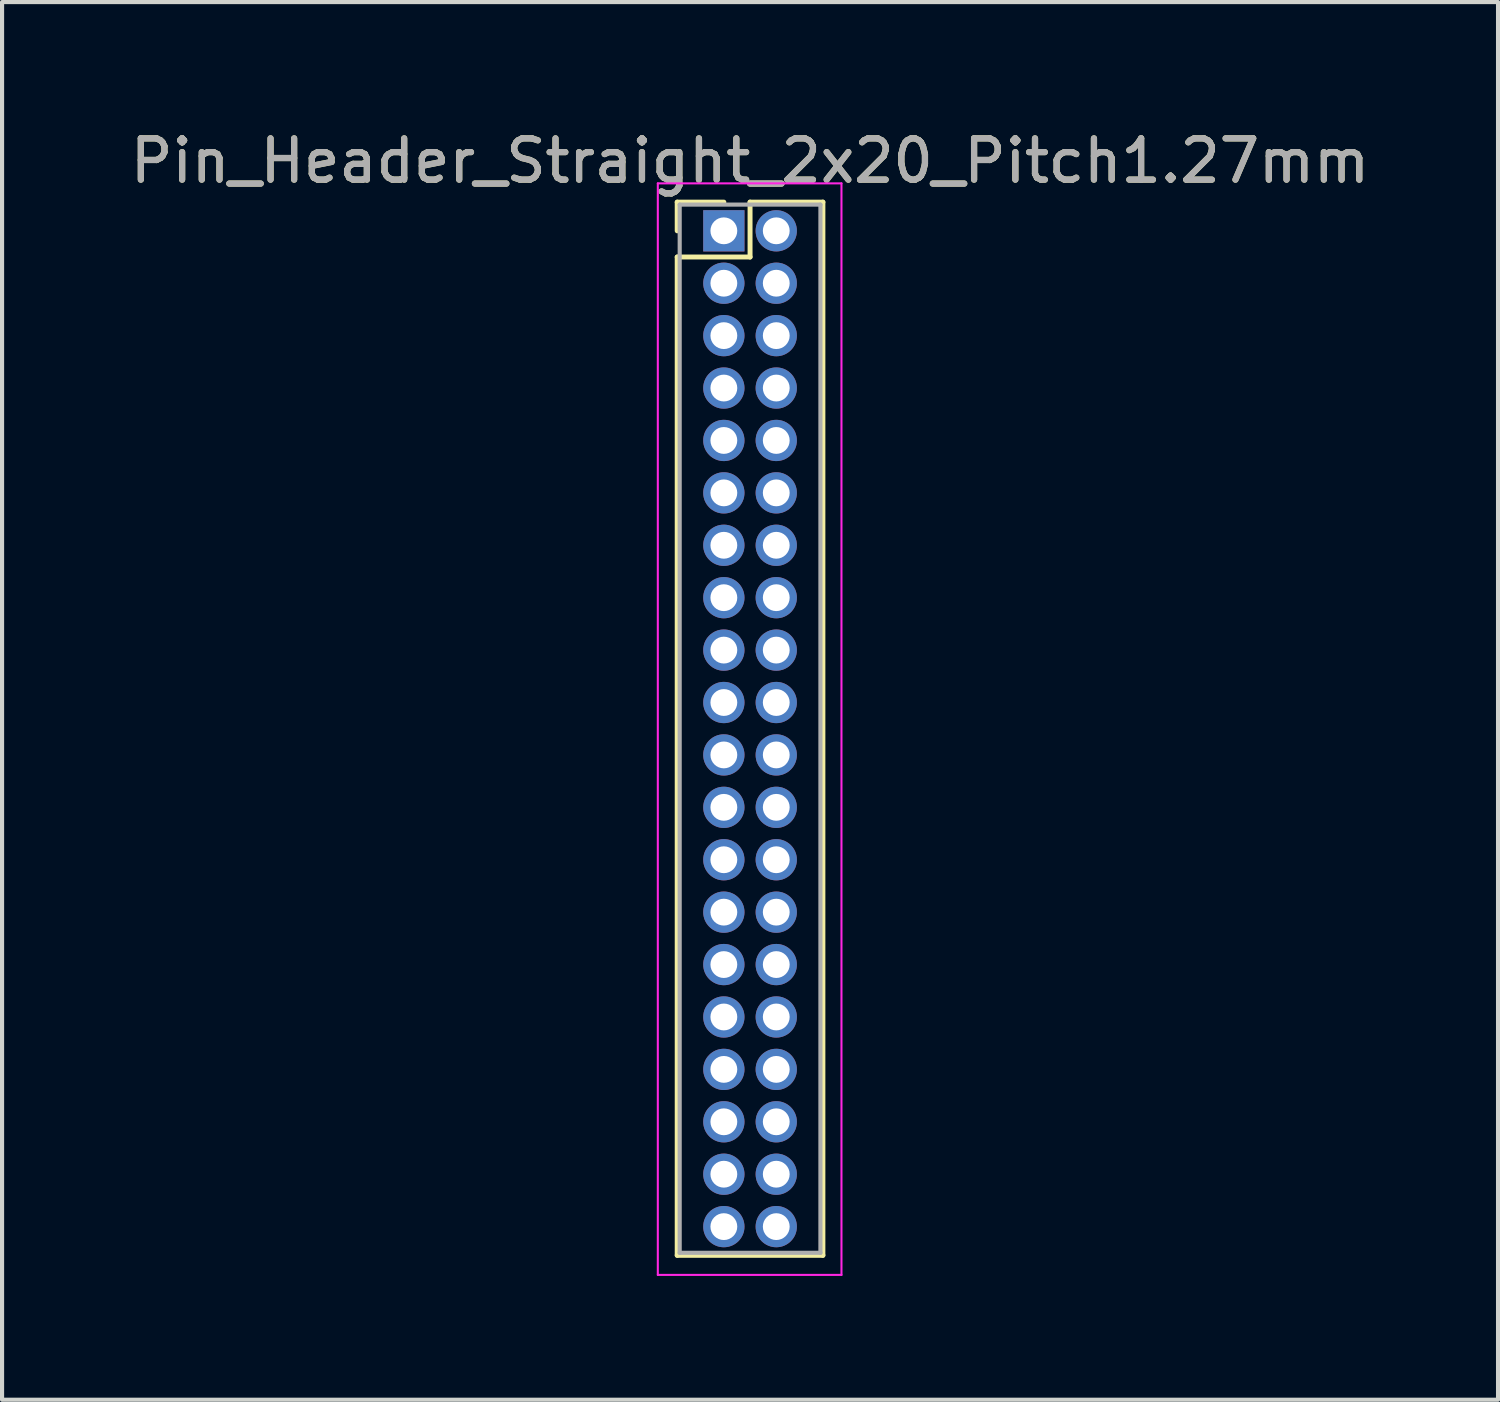
<source format=kicad_pcb>
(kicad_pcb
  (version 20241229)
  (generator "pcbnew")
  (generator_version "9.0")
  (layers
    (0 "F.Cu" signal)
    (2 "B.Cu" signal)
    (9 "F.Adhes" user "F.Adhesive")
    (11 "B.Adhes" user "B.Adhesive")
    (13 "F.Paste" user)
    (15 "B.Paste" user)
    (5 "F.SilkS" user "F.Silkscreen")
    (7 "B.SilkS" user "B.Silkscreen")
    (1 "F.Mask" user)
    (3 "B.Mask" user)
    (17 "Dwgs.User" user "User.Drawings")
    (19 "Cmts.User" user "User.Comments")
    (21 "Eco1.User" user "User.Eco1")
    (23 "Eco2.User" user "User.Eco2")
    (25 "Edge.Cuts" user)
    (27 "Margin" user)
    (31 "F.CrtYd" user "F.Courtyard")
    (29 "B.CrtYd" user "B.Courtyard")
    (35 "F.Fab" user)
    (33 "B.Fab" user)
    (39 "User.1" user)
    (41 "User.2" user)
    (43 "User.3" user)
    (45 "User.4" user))
  (footprint "Pin_Header_Straight_2x20_Pitch1.27mm"
    (layer "F.Cu")
    (at 14.49 2.543)
    (property "Reference" "Pin_Header_Straight_2x20_Pitch1.27mm" (at 0.635 -1.695 0) (layer "F.SilkS") (effects (font (size 1 1) (thickness 0.15))))
    (attr through_hole)
    (fp_line (start -1.13 -0.695) (end 0 -0.695) (stroke (width 0.12) (type solid)) (layer "F.SilkS"))
    (fp_line (start -1.13 0) (end -1.13 -0.695) (stroke (width 0.12) (type solid)) (layer "F.SilkS"))
    (fp_line (start -1.13 0.635) (end -1.13 24.825) (stroke (width 0.12) (type solid)) (layer "F.SilkS"))
    (fp_line (start -1.13 24.825) (end 2.4 24.825) (stroke (width 0.12) (type solid)) (layer "F.SilkS"))
    (fp_line (start 0.635 -0.695) (end 0.635 0.635) (stroke (width 0.12) (type solid)) (layer "F.SilkS"))
    (fp_line (start 0.635 0.635) (end -1.13 0.635) (stroke (width 0.12) (type solid)) (layer "F.SilkS"))
    (fp_line (start 2.4 -0.695) (end 0.635 -0.695) (stroke (width 0.12) (type solid)) (layer "F.SilkS"))
    (fp_line (start 2.4 24.825) (end 2.4 -0.695) (stroke (width 0.12) (type solid)) (layer "F.SilkS"))
    (fp_line (start -1.6 -1.15) (end -1.6 25.3) (stroke (width 0.05) (type solid)) (layer "F.CrtYd"))
    (fp_line (start -1.6 25.3) (end 2.85 25.3) (stroke (width 0.05) (type solid)) (layer "F.CrtYd"))
    (fp_line (start 2.85 -1.15) (end -1.6 -1.15) (stroke (width 0.05) (type solid)) (layer "F.CrtYd"))
    (fp_line (start 2.85 25.3) (end 2.85 -1.15) (stroke (width 0.05) (type solid)) (layer "F.CrtYd"))
    (fp_line (start -1.07 -0.635) (end -1.07 24.765) (stroke (width 0.1) (type solid)) (layer "F.Fab"))
    (fp_line (start -1.07 24.765) (end 2.34 24.765) (stroke (width 0.1) (type solid)) (layer "F.Fab"))
    (fp_line (start 2.34 -0.635) (end -1.07 -0.635) (stroke (width 0.1) (type solid)) (layer "F.Fab"))
    (fp_line (start 2.34 24.765) (end 2.34 -0.635) (stroke (width 0.1) (type solid)) (layer "F.Fab"))
    (fp_text user "${REFERENCE}" (at 0.635 -1.695 0) (layer "F.Fab") (effects (font (size 1 1) (thickness 0.15))))
    (pad "1" thru_hole rect (at 0 0) (size 1 1) (drill 0.65) (layers "*.Cu" "*.Mask"))
    (pad "2" thru_hole oval (at 1.27 0) (size 1 1) (drill 0.65) (layers "*.Cu" "*.Mask"))
    (pad "3" thru_hole oval (at 0 1.27) (size 1 1) (drill 0.65) (layers "*.Cu" "*.Mask"))
    (pad "4" thru_hole oval (at 1.27 1.27) (size 1 1) (drill 0.65) (layers "*.Cu" "*.Mask"))
    (pad "5" thru_hole oval (at 0 2.54) (size 1 1) (drill 0.65) (layers "*.Cu" "*.Mask"))
    (pad "6" thru_hole oval (at 1.27 2.54) (size 1 1) (drill 0.65) (layers "*.Cu" "*.Mask"))
    (pad "7" thru_hole oval (at 0 3.81) (size 1 1) (drill 0.65) (layers "*.Cu" "*.Mask"))
    (pad "8" thru_hole oval (at 1.27 3.81) (size 1 1) (drill 0.65) (layers "*.Cu" "*.Mask"))
    (pad "9" thru_hole oval (at 0 5.08) (size 1 1) (drill 0.65) (layers "*.Cu" "*.Mask"))
    (pad "10" thru_hole oval (at 1.27 5.08) (size 1 1) (drill 0.65) (layers "*.Cu" "*.Mask"))
    (pad "11" thru_hole oval (at 0 6.35) (size 1 1) (drill 0.65) (layers "*.Cu" "*.Mask"))
    (pad "12" thru_hole oval (at 1.27 6.35) (size 1 1) (drill 0.65) (layers "*.Cu" "*.Mask"))
    (pad "13" thru_hole oval (at 0 7.62) (size 1 1) (drill 0.65) (layers "*.Cu" "*.Mask"))
    (pad "14" thru_hole oval (at 1.27 7.62) (size 1 1) (drill 0.65) (layers "*.Cu" "*.Mask"))
    (pad "15" thru_hole oval (at 0 8.89) (size 1 1) (drill 0.65) (layers "*.Cu" "*.Mask"))
    (pad "16" thru_hole oval (at 1.27 8.89) (size 1 1) (drill 0.65) (layers "*.Cu" "*.Mask"))
    (pad "17" thru_hole oval (at 0 10.16) (size 1 1) (drill 0.65) (layers "*.Cu" "*.Mask"))
    (pad "18" thru_hole oval (at 1.27 10.16) (size 1 1) (drill 0.65) (layers "*.Cu" "*.Mask"))
    (pad "19" thru_hole oval (at 0 11.43) (size 1 1) (drill 0.65) (layers "*.Cu" "*.Mask"))
    (pad "20" thru_hole oval (at 1.27 11.43) (size 1 1) (drill 0.65) (layers "*.Cu" "*.Mask"))
    (pad "21" thru_hole oval (at 0 12.7) (size 1 1) (drill 0.65) (layers "*.Cu" "*.Mask"))
    (pad "22" thru_hole oval (at 1.27 12.7) (size 1 1) (drill 0.65) (layers "*.Cu" "*.Mask"))
    (pad "23" thru_hole oval (at 0 13.97) (size 1 1) (drill 0.65) (layers "*.Cu" "*.Mask"))
    (pad "24" thru_hole oval (at 1.27 13.97) (size 1 1) (drill 0.65) (layers "*.Cu" "*.Mask"))
    (pad "25" thru_hole oval (at 0 15.24) (size 1 1) (drill 0.65) (layers "*.Cu" "*.Mask"))
    (pad "26" thru_hole oval (at 1.27 15.24) (size 1 1) (drill 0.65) (layers "*.Cu" "*.Mask"))
    (pad "27" thru_hole oval (at 0 16.51) (size 1 1) (drill 0.65) (layers "*.Cu" "*.Mask"))
    (pad "28" thru_hole oval (at 1.27 16.51) (size 1 1) (drill 0.65) (layers "*.Cu" "*.Mask"))
    (pad "29" thru_hole oval (at 0 17.78) (size 1 1) (drill 0.65) (layers "*.Cu" "*.Mask"))
    (pad "30" thru_hole oval (at 1.27 17.78) (size 1 1) (drill 0.65) (layers "*.Cu" "*.Mask"))
    (pad "31" thru_hole oval (at 0 19.05) (size 1 1) (drill 0.65) (layers "*.Cu" "*.Mask"))
    (pad "32" thru_hole oval (at 1.27 19.05) (size 1 1) (drill 0.65) (layers "*.Cu" "*.Mask"))
    (pad "33" thru_hole oval (at 0 20.32) (size 1 1) (drill 0.65) (layers "*.Cu" "*.Mask"))
    (pad "34" thru_hole oval (at 1.27 20.32) (size 1 1) (drill 0.65) (layers "*.Cu" "*.Mask"))
    (pad "35" thru_hole oval (at 0 21.59) (size 1 1) (drill 0.65) (layers "*.Cu" "*.Mask"))
    (pad "36" thru_hole oval (at 1.27 21.59) (size 1 1) (drill 0.65) (layers "*.Cu" "*.Mask"))
    (pad "37" thru_hole oval (at 0 22.86) (size 1 1) (drill 0.65) (layers "*.Cu" "*.Mask"))
    (pad "38" thru_hole oval (at 1.27 22.86) (size 1 1) (drill 0.65) (layers "*.Cu" "*.Mask"))
    (pad "39" thru_hole oval (at 0 24.13) (size 1 1) (drill 0.65) (layers "*.Cu" "*.Mask"))
    (pad "40" thru_hole oval (at 1.27 24.13) (size 1 1) (drill 0.65) (layers "*.Cu" "*.Mask")))
  (gr_rect
    (start -3 -3)
    (end 33.25 30.868)
    (stroke (width 0.1) (type default))
    (fill no)
    (layer "Edge.Cuts")))
</source>
